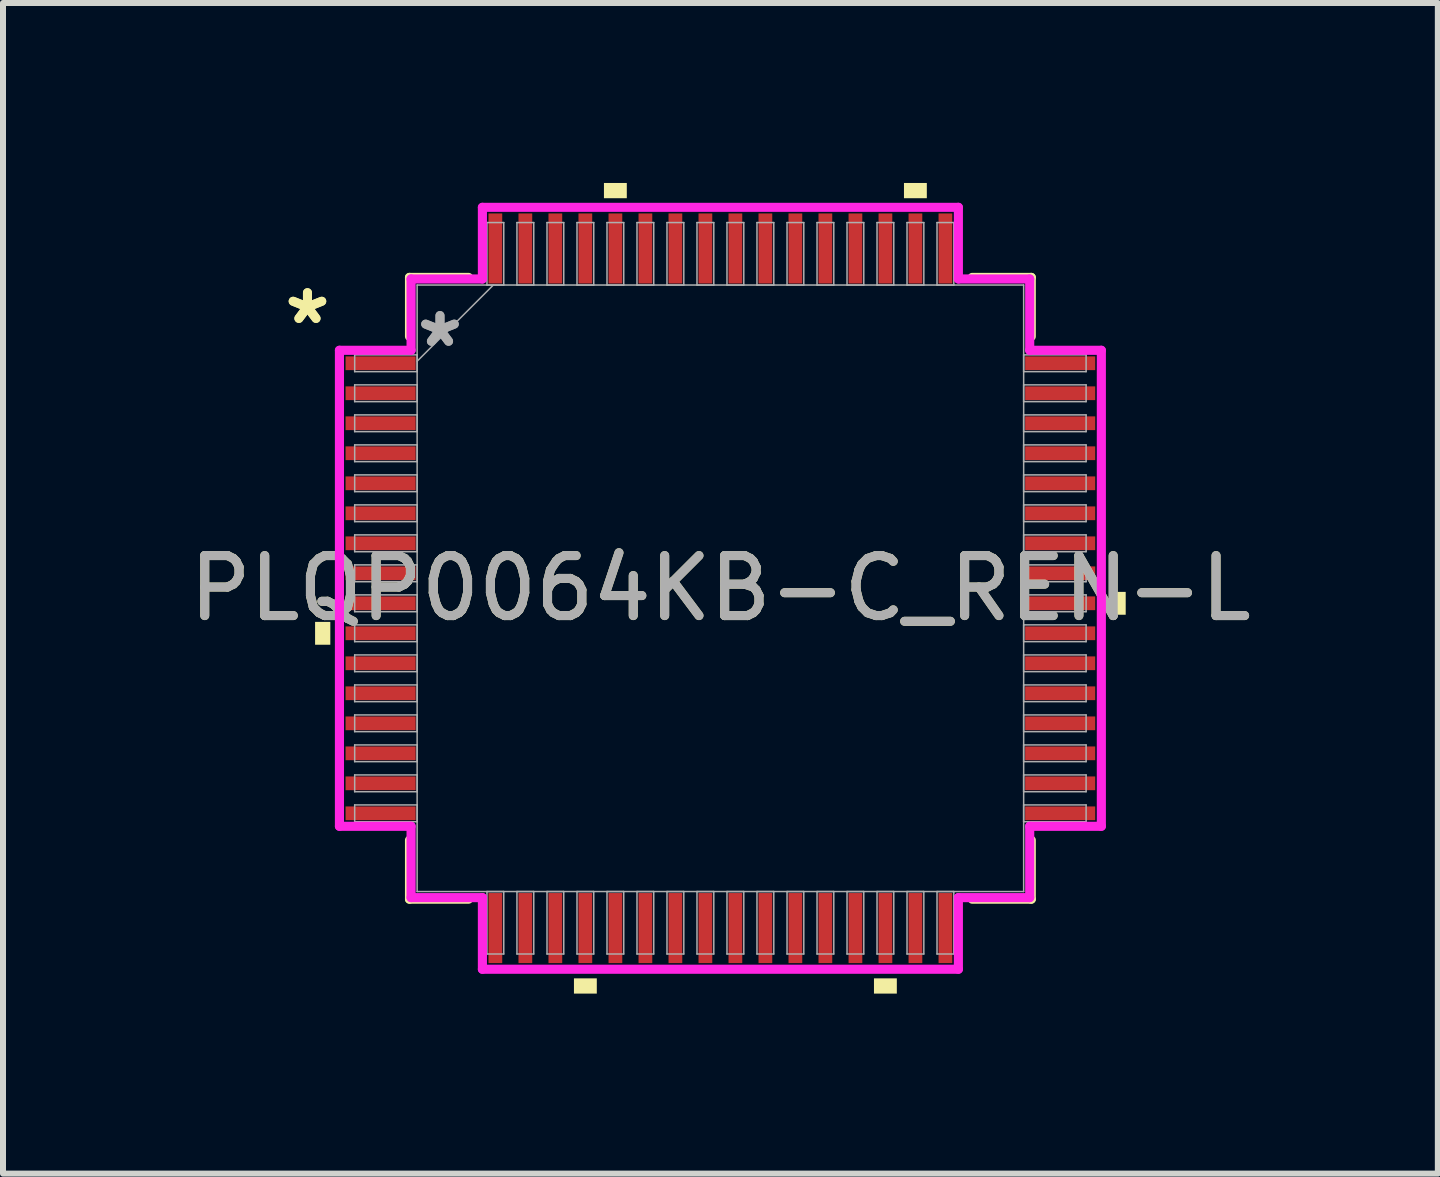
<source format=kicad_pcb>
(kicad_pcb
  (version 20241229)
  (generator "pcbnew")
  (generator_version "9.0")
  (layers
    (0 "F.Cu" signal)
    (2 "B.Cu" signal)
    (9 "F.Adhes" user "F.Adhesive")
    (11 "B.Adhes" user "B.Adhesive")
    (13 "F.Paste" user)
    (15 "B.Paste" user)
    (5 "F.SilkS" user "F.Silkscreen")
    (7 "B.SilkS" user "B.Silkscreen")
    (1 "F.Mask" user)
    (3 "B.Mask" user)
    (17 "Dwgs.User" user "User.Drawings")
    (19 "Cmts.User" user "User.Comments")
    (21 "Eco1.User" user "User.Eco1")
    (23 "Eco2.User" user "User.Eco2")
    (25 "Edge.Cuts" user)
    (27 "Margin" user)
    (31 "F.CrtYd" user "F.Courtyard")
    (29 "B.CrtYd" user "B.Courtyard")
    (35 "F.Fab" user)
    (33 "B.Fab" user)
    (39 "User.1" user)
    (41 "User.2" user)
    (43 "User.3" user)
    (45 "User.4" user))
  (footprint "PLQP0064KB-C_REN-L"
    (layer "F.Cu")
    (at 8.958 6.756)
    (property "Reference" "PLQP0064KB-C_REN-L" (at 0 0 0) (unlocked yes) (layer "F.SilkS") (effects (font (size 1 1) (thickness 0.15))))
    (attr smd)
    (fp_line (start -5.182 -5.182) (end -5.182 -4.198) (stroke (width 0.152) (type solid)) (layer "F.SilkS"))
    (fp_line (start -5.182 4.198) (end -5.182 5.182) (stroke (width 0.152) (type solid)) (layer "F.SilkS"))
    (fp_line (start -5.182 5.182) (end -4.198 5.182) (stroke (width 0.152) (type solid)) (layer "F.SilkS"))
    (fp_line (start -4.198 -5.182) (end -5.182 -5.182) (stroke (width 0.152) (type solid)) (layer "F.SilkS"))
    (fp_line (start 4.198 5.182) (end 5.182 5.182) (stroke (width 0.152) (type solid)) (layer "F.SilkS"))
    (fp_line (start 5.182 -5.182) (end 4.198 -5.182) (stroke (width 0.152) (type solid)) (layer "F.SilkS"))
    (fp_line (start 5.182 -4.198) (end 5.182 -5.182) (stroke (width 0.152) (type solid)) (layer "F.SilkS"))
    (fp_line (start 5.182 5.182) (end 5.182 4.198) (stroke (width 0.152) (type solid)) (layer "F.SilkS"))
    (fp_poly (pts (xy -6.756 0.56) (xy -6.756 0.941) (xy -6.502 0.941) (xy -6.502 0.56)) (stroke (width 0) (type solid)) (fill yes) (layer "F.SilkS"))
    (fp_poly (pts (xy -2.441 6.502) (xy -2.441 6.756) (xy -2.06 6.756) (xy -2.06 6.502)) (stroke (width 0) (type solid)) (fill yes) (layer "F.SilkS"))
    (fp_poly (pts (xy -1.941 -6.502) (xy -1.941 -6.756) (xy -1.56 -6.756) (xy -1.56 -6.502)) (stroke (width 0) (type solid)) (fill yes) (layer "F.SilkS"))
    (fp_poly (pts (xy 2.56 6.502) (xy 2.56 6.756) (xy 2.941 6.756) (xy 2.941 6.502)) (stroke (width 0) (type solid)) (fill yes) (layer "F.SilkS"))
    (fp_poly (pts (xy 3.06 -6.502) (xy 3.06 -6.756) (xy 3.441 -6.756) (xy 3.441 -6.502)) (stroke (width 0) (type solid)) (fill yes) (layer "F.SilkS"))
    (fp_poly (pts (xy 6.756 0.06) (xy 6.756 0.441) (xy 6.502 0.441) (xy 6.502 0.06)) (stroke (width 0) (type solid)) (fill yes) (layer "F.SilkS"))
    (fp_line (start -6.35 -3.967) (end -5.156 -3.967) (stroke (width 0.152) (type solid)) (layer "F.CrtYd"))
    (fp_line (start -6.35 3.967) (end -6.35 -3.967) (stroke (width 0.152) (type solid)) (layer "F.CrtYd"))
    (fp_line (start -5.156 -5.156) (end -3.967 -5.156) (stroke (width 0.152) (type solid)) (layer "F.CrtYd"))
    (fp_line (start -5.156 -3.967) (end -5.156 -5.156) (stroke (width 0.152) (type solid)) (layer "F.CrtYd"))
    (fp_line (start -5.156 3.967) (end -6.35 3.967) (stroke (width 0.152) (type solid)) (layer "F.CrtYd"))
    (fp_line (start -5.156 5.156) (end -5.156 3.967) (stroke (width 0.152) (type solid)) (layer "F.CrtYd"))
    (fp_line (start -5.156 5.156) (end -3.967 5.156) (stroke (width 0.152) (type solid)) (layer "F.CrtYd"))
    (fp_line (start -3.967 -6.35) (end 3.967 -6.35) (stroke (width 0.152) (type solid)) (layer "F.CrtYd"))
    (fp_line (start -3.967 -5.156) (end -3.967 -6.35) (stroke (width 0.152) (type solid)) (layer "F.CrtYd"))
    (fp_line (start -3.967 5.156) (end -3.967 6.35) (stroke (width 0.152) (type solid)) (layer "F.CrtYd"))
    (fp_line (start -3.967 6.35) (end 3.967 6.35) (stroke (width 0.152) (type solid)) (layer "F.CrtYd"))
    (fp_line (start 3.967 -6.35) (end 3.967 -5.156) (stroke (width 0.152) (type solid)) (layer "F.CrtYd"))
    (fp_line (start 3.967 -5.156) (end 5.156 -5.156) (stroke (width 0.152) (type solid)) (layer "F.CrtYd"))
    (fp_line (start 3.967 5.156) (end 5.156 5.156) (stroke (width 0.152) (type solid)) (layer "F.CrtYd"))
    (fp_line (start 3.967 6.35) (end 3.967 5.156) (stroke (width 0.152) (type solid)) (layer "F.CrtYd"))
    (fp_line (start 5.156 -3.967) (end 5.156 -5.156) (stroke (width 0.152) (type solid)) (layer "F.CrtYd"))
    (fp_line (start 5.156 3.967) (end 6.35 3.967) (stroke (width 0.152) (type solid)) (layer "F.CrtYd"))
    (fp_line (start 5.156 5.156) (end 5.156 3.967) (stroke (width 0.152) (type solid)) (layer "F.CrtYd"))
    (fp_line (start 6.35 -3.967) (end 5.156 -3.967) (stroke (width 0.152) (type solid)) (layer "F.CrtYd"))
    (fp_line (start 6.35 3.967) (end 6.35 -3.967) (stroke (width 0.152) (type solid)) (layer "F.CrtYd"))
    (fp_line (start -6.096 -3.891) (end -6.096 -3.611) (stroke (width 0.025) (type solid)) (layer "F.Fab"))
    (fp_line (start -6.096 -3.611) (end -5.055 -3.611) (stroke (width 0.025) (type solid)) (layer "F.Fab"))
    (fp_line (start -6.096 -3.391) (end -6.096 -3.111) (stroke (width 0.025) (type solid)) (layer "F.Fab"))
    (fp_line (start -6.096 -3.111) (end -5.055 -3.111) (stroke (width 0.025) (type solid)) (layer "F.Fab"))
    (fp_line (start -6.096 -2.89) (end -6.096 -2.611) (stroke (width 0.025) (type solid)) (layer "F.Fab"))
    (fp_line (start -6.096 -2.611) (end -5.055 -2.611) (stroke (width 0.025) (type solid)) (layer "F.Fab"))
    (fp_line (start -6.096 -2.39) (end -6.096 -2.111) (stroke (width 0.025) (type solid)) (layer "F.Fab"))
    (fp_line (start -6.096 -2.111) (end -5.055 -2.111) (stroke (width 0.025) (type solid)) (layer "F.Fab"))
    (fp_line (start -6.096 -1.89) (end -6.096 -1.611) (stroke (width 0.025) (type solid)) (layer "F.Fab"))
    (fp_line (start -6.096 -1.611) (end -5.055 -1.611) (stroke (width 0.025) (type solid)) (layer "F.Fab"))
    (fp_line (start -6.096 -1.39) (end -6.096 -1.111) (stroke (width 0.025) (type solid)) (layer "F.Fab"))
    (fp_line (start -6.096 -1.111) (end -5.055 -1.111) (stroke (width 0.025) (type solid)) (layer "F.Fab"))
    (fp_line (start -6.096 -0.89) (end -6.096 -0.61) (stroke (width 0.025) (type solid)) (layer "F.Fab"))
    (fp_line (start -6.096 -0.61) (end -5.055 -0.61) (stroke (width 0.025) (type solid)) (layer "F.Fab"))
    (fp_line (start -6.096 -0.39) (end -6.096 -0.11) (stroke (width 0.025) (type solid)) (layer "F.Fab"))
    (fp_line (start -6.096 -0.11) (end -5.055 -0.11) (stroke (width 0.025) (type solid)) (layer "F.Fab"))
    (fp_line (start -6.096 0.11) (end -6.096 0.39) (stroke (width 0.025) (type solid)) (layer "F.Fab"))
    (fp_line (start -6.096 0.39) (end -5.055 0.39) (stroke (width 0.025) (type solid)) (layer "F.Fab"))
    (fp_line (start -6.096 0.61) (end -6.096 0.89) (stroke (width 0.025) (type solid)) (layer "F.Fab"))
    (fp_line (start -6.096 0.89) (end -5.055 0.89) (stroke (width 0.025) (type solid)) (layer "F.Fab"))
    (fp_line (start -6.096 1.111) (end -6.096 1.39) (stroke (width 0.025) (type solid)) (layer "F.Fab"))
    (fp_line (start -6.096 1.39) (end -5.055 1.39) (stroke (width 0.025) (type solid)) (layer "F.Fab"))
    (fp_line (start -6.096 1.611) (end -6.096 1.89) (stroke (width 0.025) (type solid)) (layer "F.Fab"))
    (fp_line (start -6.096 1.89) (end -5.055 1.89) (stroke (width 0.025) (type solid)) (layer "F.Fab"))
    (fp_line (start -6.096 2.111) (end -6.096 2.39) (stroke (width 0.025) (type solid)) (layer "F.Fab"))
    (fp_line (start -6.096 2.39) (end -5.055 2.39) (stroke (width 0.025) (type solid)) (layer "F.Fab"))
    (fp_line (start -6.096 2.611) (end -6.096 2.89) (stroke (width 0.025) (type solid)) (layer "F.Fab"))
    (fp_line (start -6.096 2.89) (end -5.055 2.89) (stroke (width 0.025) (type solid)) (layer "F.Fab"))
    (fp_line (start -6.096 3.111) (end -6.096 3.391) (stroke (width 0.025) (type solid)) (layer "F.Fab"))
    (fp_line (start -6.096 3.391) (end -5.055 3.391) (stroke (width 0.025) (type solid)) (layer "F.Fab"))
    (fp_line (start -6.096 3.611) (end -6.096 3.891) (stroke (width 0.025) (type solid)) (layer "F.Fab"))
    (fp_line (start -6.096 3.891) (end -5.055 3.891) (stroke (width 0.025) (type solid)) (layer "F.Fab"))
    (fp_line (start -5.055 -5.055) (end -5.055 5.055) (stroke (width 0.025) (type solid)) (layer "F.Fab"))
    (fp_line (start -5.055 -3.891) (end -6.096 -3.891) (stroke (width 0.025) (type solid)) (layer "F.Fab"))
    (fp_line (start -5.055 -3.785) (end -3.785 -5.055) (stroke (width 0.025) (type solid)) (layer "F.Fab"))
    (fp_line (start -5.055 -3.611) (end -5.055 -3.891) (stroke (width 0.025) (type solid)) (layer "F.Fab"))
    (fp_line (start -5.055 -3.391) (end -6.096 -3.391) (stroke (width 0.025) (type solid)) (layer "F.Fab"))
    (fp_line (start -5.055 -3.111) (end -5.055 -3.391) (stroke (width 0.025) (type solid)) (layer "F.Fab"))
    (fp_line (start -5.055 -2.89) (end -6.096 -2.89) (stroke (width 0.025) (type solid)) (layer "F.Fab"))
    (fp_line (start -5.055 -2.611) (end -5.055 -2.89) (stroke (width 0.025) (type solid)) (layer "F.Fab"))
    (fp_line (start -5.055 -2.39) (end -6.096 -2.39) (stroke (width 0.025) (type solid)) (layer "F.Fab"))
    (fp_line (start -5.055 -2.111) (end -5.055 -2.39) (stroke (width 0.025) (type solid)) (layer "F.Fab"))
    (fp_line (start -5.055 -1.89) (end -6.096 -1.89) (stroke (width 0.025) (type solid)) (layer "F.Fab"))
    (fp_line (start -5.055 -1.611) (end -5.055 -1.89) (stroke (width 0.025) (type solid)) (layer "F.Fab"))
    (fp_line (start -5.055 -1.39) (end -6.096 -1.39) (stroke (width 0.025) (type solid)) (layer "F.Fab"))
    (fp_line (start -5.055 -1.111) (end -5.055 -1.39) (stroke (width 0.025) (type solid)) (layer "F.Fab"))
    (fp_line (start -5.055 -0.89) (end -6.096 -0.89) (stroke (width 0.025) (type solid)) (layer "F.Fab"))
    (fp_line (start -5.055 -0.61) (end -5.055 -0.89) (stroke (width 0.025) (type solid)) (layer "F.Fab"))
    (fp_line (start -5.055 -0.39) (end -6.096 -0.39) (stroke (width 0.025) (type solid)) (layer "F.Fab"))
    (fp_line (start -5.055 -0.11) (end -5.055 -0.39) (stroke (width 0.025) (type solid)) (layer "F.Fab"))
    (fp_line (start -5.055 0.11) (end -6.096 0.11) (stroke (width 0.025) (type solid)) (layer "F.Fab"))
    (fp_line (start -5.055 0.39) (end -5.055 0.11) (stroke (width 0.025) (type solid)) (layer "F.Fab"))
    (fp_line (start -5.055 0.61) (end -6.096 0.61) (stroke (width 0.025) (type solid)) (layer "F.Fab"))
    (fp_line (start -5.055 0.89) (end -5.055 0.61) (stroke (width 0.025) (type solid)) (layer "F.Fab"))
    (fp_line (start -5.055 1.111) (end -6.096 1.111) (stroke (width 0.025) (type solid)) (layer "F.Fab"))
    (fp_line (start -5.055 1.39) (end -5.055 1.111) (stroke (width 0.025) (type solid)) (layer "F.Fab"))
    (fp_line (start -5.055 1.611) (end -6.096 1.611) (stroke (width 0.025) (type solid)) (layer "F.Fab"))
    (fp_line (start -5.055 1.89) (end -5.055 1.611) (stroke (width 0.025) (type solid)) (layer "F.Fab"))
    (fp_line (start -5.055 2.111) (end -6.096 2.111) (stroke (width 0.025) (type solid)) (layer "F.Fab"))
    (fp_line (start -5.055 2.39) (end -5.055 2.111) (stroke (width 0.025) (type solid)) (layer "F.Fab"))
    (fp_line (start -5.055 2.611) (end -6.096 2.611) (stroke (width 0.025) (type solid)) (layer "F.Fab"))
    (fp_line (start -5.055 2.89) (end -5.055 2.611) (stroke (width 0.025) (type solid)) (layer "F.Fab"))
    (fp_line (start -5.055 3.111) (end -6.096 3.111) (stroke (width 0.025) (type solid)) (layer "F.Fab"))
    (fp_line (start -5.055 3.391) (end -5.055 3.111) (stroke (width 0.025) (type solid)) (layer "F.Fab"))
    (fp_line (start -5.055 3.611) (end -6.096 3.611) (stroke (width 0.025) (type solid)) (layer "F.Fab"))
    (fp_line (start -5.055 3.891) (end -5.055 3.611) (stroke (width 0.025) (type solid)) (layer "F.Fab"))
    (fp_line (start -5.055 5.055) (end 5.055 5.055) (stroke (width 0.025) (type solid)) (layer "F.Fab"))
    (fp_line (start -3.891 -6.096) (end -3.891 -5.055) (stroke (width 0.025) (type solid)) (layer "F.Fab"))
    (fp_line (start -3.891 -5.055) (end -3.611 -5.055) (stroke (width 0.025) (type solid)) (layer "F.Fab"))
    (fp_line (start -3.891 5.055) (end -3.891 6.096) (stroke (width 0.025) (type solid)) (layer "F.Fab"))
    (fp_line (start -3.891 6.096) (end -3.611 6.096) (stroke (width 0.025) (type solid)) (layer "F.Fab"))
    (fp_line (start -3.611 -6.096) (end -3.891 -6.096) (stroke (width 0.025) (type solid)) (layer "F.Fab"))
    (fp_line (start -3.611 -5.055) (end -3.611 -6.096) (stroke (width 0.025) (type solid)) (layer "F.Fab"))
    (fp_line (start -3.611 5.055) (end -3.891 5.055) (stroke (width 0.025) (type solid)) (layer "F.Fab"))
    (fp_line (start -3.611 6.096) (end -3.611 5.055) (stroke (width 0.025) (type solid)) (layer "F.Fab"))
    (fp_line (start -3.391 -6.096) (end -3.391 -5.055) (stroke (width 0.025) (type solid)) (layer "F.Fab"))
    (fp_line (start -3.391 -5.055) (end -3.111 -5.055) (stroke (width 0.025) (type solid)) (layer "F.Fab"))
    (fp_line (start -3.391 5.055) (end -3.391 6.096) (stroke (width 0.025) (type solid)) (layer "F.Fab"))
    (fp_line (start -3.391 6.096) (end -3.111 6.096) (stroke (width 0.025) (type solid)) (layer "F.Fab"))
    (fp_line (start -3.111 -6.096) (end -3.391 -6.096) (stroke (width 0.025) (type solid)) (layer "F.Fab"))
    (fp_line (start -3.111 -5.055) (end -3.111 -6.096) (stroke (width 0.025) (type solid)) (layer "F.Fab"))
    (fp_line (start -3.111 5.055) (end -3.391 5.055) (stroke (width 0.025) (type solid)) (layer "F.Fab"))
    (fp_line (start -3.111 6.096) (end -3.111 5.055) (stroke (width 0.025) (type solid)) (layer "F.Fab"))
    (fp_line (start -2.89 -6.096) (end -2.89 -5.055) (stroke (width 0.025) (type solid)) (layer "F.Fab"))
    (fp_line (start -2.89 -5.055) (end -2.611 -5.055) (stroke (width 0.025) (type solid)) (layer "F.Fab"))
    (fp_line (start -2.89 5.055) (end -2.89 6.096) (stroke (width 0.025) (type solid)) (layer "F.Fab"))
    (fp_line (start -2.89 6.096) (end -2.611 6.096) (stroke (width 0.025) (type solid)) (layer "F.Fab"))
    (fp_line (start -2.611 -6.096) (end -2.89 -6.096) (stroke (width 0.025) (type solid)) (layer "F.Fab"))
    (fp_line (start -2.611 -5.055) (end -2.611 -6.096) (stroke (width 0.025) (type solid)) (layer "F.Fab"))
    (fp_line (start -2.611 5.055) (end -2.89 5.055) (stroke (width 0.025) (type solid)) (layer "F.Fab"))
    (fp_line (start -2.611 6.096) (end -2.611 5.055) (stroke (width 0.025) (type solid)) (layer "F.Fab"))
    (fp_line (start -2.39 -6.096) (end -2.39 -5.055) (stroke (width 0.025) (type solid)) (layer "F.Fab"))
    (fp_line (start -2.39 -5.055) (end -2.111 -5.055) (stroke (width 0.025) (type solid)) (layer "F.Fab"))
    (fp_line (start -2.39 5.055) (end -2.39 6.096) (stroke (width 0.025) (type solid)) (layer "F.Fab"))
    (fp_line (start -2.39 6.096) (end -2.111 6.096) (stroke (width 0.025) (type solid)) (layer "F.Fab"))
    (fp_line (start -2.111 -6.096) (end -2.39 -6.096) (stroke (width 0.025) (type solid)) (layer "F.Fab"))
    (fp_line (start -2.111 -5.055) (end -2.111 -6.096) (stroke (width 0.025) (type solid)) (layer "F.Fab"))
    (fp_line (start -2.111 5.055) (end -2.39 5.055) (stroke (width 0.025) (type solid)) (layer "F.Fab"))
    (fp_line (start -2.111 6.096) (end -2.111 5.055) (stroke (width 0.025) (type solid)) (layer "F.Fab"))
    (fp_line (start -1.89 -6.096) (end -1.89 -5.055) (stroke (width 0.025) (type solid)) (layer "F.Fab"))
    (fp_line (start -1.89 -5.055) (end -1.611 -5.055) (stroke (width 0.025) (type solid)) (layer "F.Fab"))
    (fp_line (start -1.89 5.055) (end -1.89 6.096) (stroke (width 0.025) (type solid)) (layer "F.Fab"))
    (fp_line (start -1.89 6.096) (end -1.611 6.096) (stroke (width 0.025) (type solid)) (layer "F.Fab"))
    (fp_line (start -1.611 -6.096) (end -1.89 -6.096) (stroke (width 0.025) (type solid)) (layer "F.Fab"))
    (fp_line (start -1.611 -5.055) (end -1.611 -6.096) (stroke (width 0.025) (type solid)) (layer "F.Fab"))
    (fp_line (start -1.611 5.055) (end -1.89 5.055) (stroke (width 0.025) (type solid)) (layer "F.Fab"))
    (fp_line (start -1.611 6.096) (end -1.611 5.055) (stroke (width 0.025) (type solid)) (layer "F.Fab"))
    (fp_line (start -1.39 -6.096) (end -1.39 -5.055) (stroke (width 0.025) (type solid)) (layer "F.Fab"))
    (fp_line (start -1.39 -5.055) (end -1.111 -5.055) (stroke (width 0.025) (type solid)) (layer "F.Fab"))
    (fp_line (start -1.39 5.055) (end -1.39 6.096) (stroke (width 0.025) (type solid)) (layer "F.Fab"))
    (fp_line (start -1.39 6.096) (end -1.111 6.096) (stroke (width 0.025) (type solid)) (layer "F.Fab"))
    (fp_line (start -1.111 -6.096) (end -1.39 -6.096) (stroke (width 0.025) (type solid)) (layer "F.Fab"))
    (fp_line (start -1.111 -5.055) (end -1.111 -6.096) (stroke (width 0.025) (type solid)) (layer "F.Fab"))
    (fp_line (start -1.111 5.055) (end -1.39 5.055) (stroke (width 0.025) (type solid)) (layer "F.Fab"))
    (fp_line (start -1.111 6.096) (end -1.111 5.055) (stroke (width 0.025) (type solid)) (layer "F.Fab"))
    (fp_line (start -0.89 -6.096) (end -0.89 -5.055) (stroke (width 0.025) (type solid)) (layer "F.Fab"))
    (fp_line (start -0.89 -5.055) (end -0.61 -5.055) (stroke (width 0.025) (type solid)) (layer "F.Fab"))
    (fp_line (start -0.89 5.055) (end -0.89 6.096) (stroke (width 0.025) (type solid)) (layer "F.Fab"))
    (fp_line (start -0.89 6.096) (end -0.61 6.096) (stroke (width 0.025) (type solid)) (layer "F.Fab"))
    (fp_line (start -0.61 -6.096) (end -0.89 -6.096) (stroke (width 0.025) (type solid)) (layer "F.Fab"))
    (fp_line (start -0.61 -5.055) (end -0.61 -6.096) (stroke (width 0.025) (type solid)) (layer "F.Fab"))
    (fp_line (start -0.61 5.055) (end -0.89 5.055) (stroke (width 0.025) (type solid)) (layer "F.Fab"))
    (fp_line (start -0.61 6.096) (end -0.61 5.055) (stroke (width 0.025) (type solid)) (layer "F.Fab"))
    (fp_line (start -0.39 -6.096) (end -0.39 -5.055) (stroke (width 0.025) (type solid)) (layer "F.Fab"))
    (fp_line (start -0.39 -5.055) (end -0.11 -5.055) (stroke (width 0.025) (type solid)) (layer "F.Fab"))
    (fp_line (start -0.39 5.055) (end -0.39 6.096) (stroke (width 0.025) (type solid)) (layer "F.Fab"))
    (fp_line (start -0.39 6.096) (end -0.11 6.096) (stroke (width 0.025) (type solid)) (layer "F.Fab"))
    (fp_line (start -0.11 -6.096) (end -0.39 -6.096) (stroke (width 0.025) (type solid)) (layer "F.Fab"))
    (fp_line (start -0.11 -5.055) (end -0.11 -6.096) (stroke (width 0.025) (type solid)) (layer "F.Fab"))
    (fp_line (start -0.11 5.055) (end -0.39 5.055) (stroke (width 0.025) (type solid)) (layer "F.Fab"))
    (fp_line (start -0.11 6.096) (end -0.11 5.055) (stroke (width 0.025) (type solid)) (layer "F.Fab"))
    (fp_line (start 0.11 -6.096) (end 0.11 -5.055) (stroke (width 0.025) (type solid)) (layer "F.Fab"))
    (fp_line (start 0.11 -5.055) (end 0.39 -5.055) (stroke (width 0.025) (type solid)) (layer "F.Fab"))
    (fp_line (start 0.11 5.055) (end 0.11 6.096) (stroke (width 0.025) (type solid)) (layer "F.Fab"))
    (fp_line (start 0.11 6.096) (end 0.39 6.096) (stroke (width 0.025) (type solid)) (layer "F.Fab"))
    (fp_line (start 0.39 -6.096) (end 0.11 -6.096) (stroke (width 0.025) (type solid)) (layer "F.Fab"))
    (fp_line (start 0.39 -5.055) (end 0.39 -6.096) (stroke (width 0.025) (type solid)) (layer "F.Fab"))
    (fp_line (start 0.39 5.055) (end 0.11 5.055) (stroke (width 0.025) (type solid)) (layer "F.Fab"))
    (fp_line (start 0.39 6.096) (end 0.39 5.055) (stroke (width 0.025) (type solid)) (layer "F.Fab"))
    (fp_line (start 0.61 -6.096) (end 0.61 -5.055) (stroke (width 0.025) (type solid)) (layer "F.Fab"))
    (fp_line (start 0.61 -5.055) (end 0.89 -5.055) (stroke (width 0.025) (type solid)) (layer "F.Fab"))
    (fp_line (start 0.61 5.055) (end 0.61 6.096) (stroke (width 0.025) (type solid)) (layer "F.Fab"))
    (fp_line (start 0.61 6.096) (end 0.89 6.096) (stroke (width 0.025) (type solid)) (layer "F.Fab"))
    (fp_line (start 0.89 -6.096) (end 0.61 -6.096) (stroke (width 0.025) (type solid)) (layer "F.Fab"))
    (fp_line (start 0.89 -5.055) (end 0.89 -6.096) (stroke (width 0.025) (type solid)) (layer "F.Fab"))
    (fp_line (start 0.89 5.055) (end 0.61 5.055) (stroke (width 0.025) (type solid)) (layer "F.Fab"))
    (fp_line (start 0.89 6.096) (end 0.89 5.055) (stroke (width 0.025) (type solid)) (layer "F.Fab"))
    (fp_line (start 1.111 -6.096) (end 1.111 -5.055) (stroke (width 0.025) (type solid)) (layer "F.Fab"))
    (fp_line (start 1.111 -5.055) (end 1.39 -5.055) (stroke (width 0.025) (type solid)) (layer "F.Fab"))
    (fp_line (start 1.111 5.055) (end 1.111 6.096) (stroke (width 0.025) (type solid)) (layer "F.Fab"))
    (fp_line (start 1.111 6.096) (end 1.39 6.096) (stroke (width 0.025) (type solid)) (layer "F.Fab"))
    (fp_line (start 1.39 -6.096) (end 1.111 -6.096) (stroke (width 0.025) (type solid)) (layer "F.Fab"))
    (fp_line (start 1.39 -5.055) (end 1.39 -6.096) (stroke (width 0.025) (type solid)) (layer "F.Fab"))
    (fp_line (start 1.39 5.055) (end 1.111 5.055) (stroke (width 0.025) (type solid)) (layer "F.Fab"))
    (fp_line (start 1.39 6.096) (end 1.39 5.055) (stroke (width 0.025) (type solid)) (layer "F.Fab"))
    (fp_line (start 1.611 -6.096) (end 1.611 -5.055) (stroke (width 0.025) (type solid)) (layer "F.Fab"))
    (fp_line (start 1.611 -5.055) (end 1.89 -5.055) (stroke (width 0.025) (type solid)) (layer "F.Fab"))
    (fp_line (start 1.611 5.055) (end 1.611 6.096) (stroke (width 0.025) (type solid)) (layer "F.Fab"))
    (fp_line (start 1.611 6.096) (end 1.89 6.096) (stroke (width 0.025) (type solid)) (layer "F.Fab"))
    (fp_line (start 1.89 -6.096) (end 1.611 -6.096) (stroke (width 0.025) (type solid)) (layer "F.Fab"))
    (fp_line (start 1.89 -5.055) (end 1.89 -6.096) (stroke (width 0.025) (type solid)) (layer "F.Fab"))
    (fp_line (start 1.89 5.055) (end 1.611 5.055) (stroke (width 0.025) (type solid)) (layer "F.Fab"))
    (fp_line (start 1.89 6.096) (end 1.89 5.055) (stroke (width 0.025) (type solid)) (layer "F.Fab"))
    (fp_line (start 2.111 -6.096) (end 2.111 -5.055) (stroke (width 0.025) (type solid)) (layer "F.Fab"))
    (fp_line (start 2.111 -5.055) (end 2.39 -5.055) (stroke (width 0.025) (type solid)) (layer "F.Fab"))
    (fp_line (start 2.111 5.055) (end 2.111 6.096) (stroke (width 0.025) (type solid)) (layer "F.Fab"))
    (fp_line (start 2.111 6.096) (end 2.39 6.096) (stroke (width 0.025) (type solid)) (layer "F.Fab"))
    (fp_line (start 2.39 -6.096) (end 2.111 -6.096) (stroke (width 0.025) (type solid)) (layer "F.Fab"))
    (fp_line (start 2.39 -5.055) (end 2.39 -6.096) (stroke (width 0.025) (type solid)) (layer "F.Fab"))
    (fp_line (start 2.39 5.055) (end 2.111 5.055) (stroke (width 0.025) (type solid)) (layer "F.Fab"))
    (fp_line (start 2.39 6.096) (end 2.39 5.055) (stroke (width 0.025) (type solid)) (layer "F.Fab"))
    (fp_line (start 2.611 -6.096) (end 2.611 -5.055) (stroke (width 0.025) (type solid)) (layer "F.Fab"))
    (fp_line (start 2.611 -5.055) (end 2.89 -5.055) (stroke (width 0.025) (type solid)) (layer "F.Fab"))
    (fp_line (start 2.611 5.055) (end 2.611 6.096) (stroke (width 0.025) (type solid)) (layer "F.Fab"))
    (fp_line (start 2.611 6.096) (end 2.89 6.096) (stroke (width 0.025) (type solid)) (layer "F.Fab"))
    (fp_line (start 2.89 -6.096) (end 2.611 -6.096) (stroke (width 0.025) (type solid)) (layer "F.Fab"))
    (fp_line (start 2.89 -5.055) (end 2.89 -6.096) (stroke (width 0.025) (type solid)) (layer "F.Fab"))
    (fp_line (start 2.89 5.055) (end 2.611 5.055) (stroke (width 0.025) (type solid)) (layer "F.Fab"))
    (fp_line (start 2.89 6.096) (end 2.89 5.055) (stroke (width 0.025) (type solid)) (layer "F.Fab"))
    (fp_line (start 3.111 -6.096) (end 3.111 -5.055) (stroke (width 0.025) (type solid)) (layer "F.Fab"))
    (fp_line (start 3.111 -5.055) (end 3.391 -5.055) (stroke (width 0.025) (type solid)) (layer "F.Fab"))
    (fp_line (start 3.111 5.055) (end 3.111 6.096) (stroke (width 0.025) (type solid)) (layer "F.Fab"))
    (fp_line (start 3.111 6.096) (end 3.391 6.096) (stroke (width 0.025) (type solid)) (layer "F.Fab"))
    (fp_line (start 3.391 -6.096) (end 3.111 -6.096) (stroke (width 0.025) (type solid)) (layer "F.Fab"))
    (fp_line (start 3.391 -5.055) (end 3.391 -6.096) (stroke (width 0.025) (type solid)) (layer "F.Fab"))
    (fp_line (start 3.391 5.055) (end 3.111 5.055) (stroke (width 0.025) (type solid)) (layer "F.Fab"))
    (fp_line (start 3.391 6.096) (end 3.391 5.055) (stroke (width 0.025) (type solid)) (layer "F.Fab"))
    (fp_line (start 3.611 -6.096) (end 3.611 -5.055) (stroke (width 0.025) (type solid)) (layer "F.Fab"))
    (fp_line (start 3.611 -5.055) (end 3.891 -5.055) (stroke (width 0.025) (type solid)) (layer "F.Fab"))
    (fp_line (start 3.611 5.055) (end 3.611 6.096) (stroke (width 0.025) (type solid)) (layer "F.Fab"))
    (fp_line (start 3.611 6.096) (end 3.891 6.096) (stroke (width 0.025) (type solid)) (layer "F.Fab"))
    (fp_line (start 3.891 -6.096) (end 3.611 -6.096) (stroke (width 0.025) (type solid)) (layer "F.Fab"))
    (fp_line (start 3.891 -5.055) (end 3.891 -6.096) (stroke (width 0.025) (type solid)) (layer "F.Fab"))
    (fp_line (start 3.891 5.055) (end 3.611 5.055) (stroke (width 0.025) (type solid)) (layer "F.Fab"))
    (fp_line (start 3.891 6.096) (end 3.891 5.055) (stroke (width 0.025) (type solid)) (layer "F.Fab"))
    (fp_line (start 5.055 -5.055) (end -5.055 -5.055) (stroke (width 0.025) (type solid)) (layer "F.Fab"))
    (fp_line (start 5.055 -3.891) (end 5.055 -3.611) (stroke (width 0.025) (type solid)) (layer "F.Fab"))
    (fp_line (start 5.055 -3.611) (end 6.096 -3.611) (stroke (width 0.025) (type solid)) (layer "F.Fab"))
    (fp_line (start 5.055 -3.391) (end 5.055 -3.111) (stroke (width 0.025) (type solid)) (layer "F.Fab"))
    (fp_line (start 5.055 -3.111) (end 6.096 -3.111) (stroke (width 0.025) (type solid)) (layer "F.Fab"))
    (fp_line (start 5.055 -2.89) (end 5.055 -2.611) (stroke (width 0.025) (type solid)) (layer "F.Fab"))
    (fp_line (start 5.055 -2.611) (end 6.096 -2.611) (stroke (width 0.025) (type solid)) (layer "F.Fab"))
    (fp_line (start 5.055 -2.39) (end 5.055 -2.111) (stroke (width 0.025) (type solid)) (layer "F.Fab"))
    (fp_line (start 5.055 -2.111) (end 6.096 -2.111) (stroke (width 0.025) (type solid)) (layer "F.Fab"))
    (fp_line (start 5.055 -1.89) (end 5.055 -1.611) (stroke (width 0.025) (type solid)) (layer "F.Fab"))
    (fp_line (start 5.055 -1.611) (end 6.096 -1.611) (stroke (width 0.025) (type solid)) (layer "F.Fab"))
    (fp_line (start 5.055 -1.39) (end 5.055 -1.111) (stroke (width 0.025) (type solid)) (layer "F.Fab"))
    (fp_line (start 5.055 -1.111) (end 6.096 -1.111) (stroke (width 0.025) (type solid)) (layer "F.Fab"))
    (fp_line (start 5.055 -0.89) (end 5.055 -0.61) (stroke (width 0.025) (type solid)) (layer "F.Fab"))
    (fp_line (start 5.055 -0.61) (end 6.096 -0.61) (stroke (width 0.025) (type solid)) (layer "F.Fab"))
    (fp_line (start 5.055 -0.39) (end 5.055 -0.11) (stroke (width 0.025) (type solid)) (layer "F.Fab"))
    (fp_line (start 5.055 -0.11) (end 6.096 -0.11) (stroke (width 0.025) (type solid)) (layer "F.Fab"))
    (fp_line (start 5.055 0.11) (end 5.055 0.39) (stroke (width 0.025) (type solid)) (layer "F.Fab"))
    (fp_line (start 5.055 0.39) (end 6.096 0.39) (stroke (width 0.025) (type solid)) (layer "F.Fab"))
    (fp_line (start 5.055 0.61) (end 5.055 0.89) (stroke (width 0.025) (type solid)) (layer "F.Fab"))
    (fp_line (start 5.055 0.89) (end 6.096 0.89) (stroke (width 0.025) (type solid)) (layer "F.Fab"))
    (fp_line (start 5.055 1.111) (end 5.055 1.39) (stroke (width 0.025) (type solid)) (layer "F.Fab"))
    (fp_line (start 5.055 1.39) (end 6.096 1.39) (stroke (width 0.025) (type solid)) (layer "F.Fab"))
    (fp_line (start 5.055 1.611) (end 5.055 1.89) (stroke (width 0.025) (type solid)) (layer "F.Fab"))
    (fp_line (start 5.055 1.89) (end 6.096 1.89) (stroke (width 0.025) (type solid)) (layer "F.Fab"))
    (fp_line (start 5.055 2.111) (end 5.055 2.39) (stroke (width 0.025) (type solid)) (layer "F.Fab"))
    (fp_line (start 5.055 2.39) (end 6.096 2.39) (stroke (width 0.025) (type solid)) (layer "F.Fab"))
    (fp_line (start 5.055 2.611) (end 5.055 2.89) (stroke (width 0.025) (type solid)) (layer "F.Fab"))
    (fp_line (start 5.055 2.89) (end 6.096 2.89) (stroke (width 0.025) (type solid)) (layer "F.Fab"))
    (fp_line (start 5.055 3.111) (end 5.055 3.391) (stroke (width 0.025) (type solid)) (layer "F.Fab"))
    (fp_line (start 5.055 3.391) (end 6.096 3.391) (stroke (width 0.025) (type solid)) (layer "F.Fab"))
    (fp_line (start 5.055 3.611) (end 5.055 3.891) (stroke (width 0.025) (type solid)) (layer "F.Fab"))
    (fp_line (start 5.055 3.891) (end 6.096 3.891) (stroke (width 0.025) (type solid)) (layer "F.Fab"))
    (fp_line (start 5.055 5.055) (end 5.055 -5.055) (stroke (width 0.025) (type solid)) (layer "F.Fab"))
    (fp_line (start 6.096 -3.891) (end 5.055 -3.891) (stroke (width 0.025) (type solid)) (layer "F.Fab"))
    (fp_line (start 6.096 -3.611) (end 6.096 -3.891) (stroke (width 0.025) (type solid)) (layer "F.Fab"))
    (fp_line (start 6.096 -3.391) (end 5.055 -3.391) (stroke (width 0.025) (type solid)) (layer "F.Fab"))
    (fp_line (start 6.096 -3.111) (end 6.096 -3.391) (stroke (width 0.025) (type solid)) (layer "F.Fab"))
    (fp_line (start 6.096 -2.89) (end 5.055 -2.89) (stroke (width 0.025) (type solid)) (layer "F.Fab"))
    (fp_line (start 6.096 -2.611) (end 6.096 -2.89) (stroke (width 0.025) (type solid)) (layer "F.Fab"))
    (fp_line (start 6.096 -2.39) (end 5.055 -2.39) (stroke (width 0.025) (type solid)) (layer "F.Fab"))
    (fp_line (start 6.096 -2.111) (end 6.096 -2.39) (stroke (width 0.025) (type solid)) (layer "F.Fab"))
    (fp_line (start 6.096 -1.89) (end 5.055 -1.89) (stroke (width 0.025) (type solid)) (layer "F.Fab"))
    (fp_line (start 6.096 -1.611) (end 6.096 -1.89) (stroke (width 0.025) (type solid)) (layer "F.Fab"))
    (fp_line (start 6.096 -1.39) (end 5.055 -1.39) (stroke (width 0.025) (type solid)) (layer "F.Fab"))
    (fp_line (start 6.096 -1.111) (end 6.096 -1.39) (stroke (width 0.025) (type solid)) (layer "F.Fab"))
    (fp_line (start 6.096 -0.89) (end 5.055 -0.89) (stroke (width 0.025) (type solid)) (layer "F.Fab"))
    (fp_line (start 6.096 -0.61) (end 6.096 -0.89) (stroke (width 0.025) (type solid)) (layer "F.Fab"))
    (fp_line (start 6.096 -0.39) (end 5.055 -0.39) (stroke (width 0.025) (type solid)) (layer "F.Fab"))
    (fp_line (start 6.096 -0.11) (end 6.096 -0.39) (stroke (width 0.025) (type solid)) (layer "F.Fab"))
    (fp_line (start 6.096 0.11) (end 5.055 0.11) (stroke (width 0.025) (type solid)) (layer "F.Fab"))
    (fp_line (start 6.096 0.39) (end 6.096 0.11) (stroke (width 0.025) (type solid)) (layer "F.Fab"))
    (fp_line (start 6.096 0.61) (end 5.055 0.61) (stroke (width 0.025) (type solid)) (layer "F.Fab"))
    (fp_line (start 6.096 0.89) (end 6.096 0.61) (stroke (width 0.025) (type solid)) (layer "F.Fab"))
    (fp_line (start 6.096 1.111) (end 5.055 1.111) (stroke (width 0.025) (type solid)) (layer "F.Fab"))
    (fp_line (start 6.096 1.39) (end 6.096 1.111) (stroke (width 0.025) (type solid)) (layer "F.Fab"))
    (fp_line (start 6.096 1.611) (end 5.055 1.611) (stroke (width 0.025) (type solid)) (layer "F.Fab"))
    (fp_line (start 6.096 1.89) (end 6.096 1.611) (stroke (width 0.025) (type solid)) (layer "F.Fab"))
    (fp_line (start 6.096 2.111) (end 5.055 2.111) (stroke (width 0.025) (type solid)) (layer "F.Fab"))
    (fp_line (start 6.096 2.39) (end 6.096 2.111) (stroke (width 0.025) (type solid)) (layer "F.Fab"))
    (fp_line (start 6.096 2.611) (end 5.055 2.611) (stroke (width 0.025) (type solid)) (layer "F.Fab"))
    (fp_line (start 6.096 2.89) (end 6.096 2.611) (stroke (width 0.025) (type solid)) (layer "F.Fab"))
    (fp_line (start 6.096 3.111) (end 5.055 3.111) (stroke (width 0.025) (type solid)) (layer "F.Fab"))
    (fp_line (start 6.096 3.391) (end 6.096 3.111) (stroke (width 0.025) (type solid)) (layer "F.Fab"))
    (fp_line (start 6.096 3.611) (end 5.055 3.611) (stroke (width 0.025) (type solid)) (layer "F.Fab"))
    (fp_line (start 6.096 3.891) (end 6.096 3.611) (stroke (width 0.025) (type solid)) (layer "F.Fab"))
    (fp_text user "*" (at -6.883 -4.382 0) (unlocked yes) (layer "F.SilkS") (effects (font (size 1 1) (thickness 0.15))))
    (fp_text user "*" (at -6.883 -4.382 0) (layer "F.SilkS") (effects (font (size 1 1) (thickness 0.15))))
    (fp_text user "${REFERENCE}" (at 0 0 0) (unlocked yes) (layer "F.Fab") (effects (font (size 1 1) (thickness 0.15))))
    (fp_text user "*" (at -4.674 -4.001 0) (layer "F.Fab") (effects (font (size 1 1) (thickness 0.15))))
    (fp_text user "*" (at -4.674 -4.001 0) (unlocked yes) (layer "F.Fab") (effects (font (size 1 1) (thickness 0.15))))
    (pad "1" smd rect (at -5.664 -3.751 90) (size 0.229 1.168) (layers "F.Cu" "F.Mask" "F.Paste"))
    (pad "2" smd rect (at -5.664 -3.251 90) (size 0.229 1.168) (layers "F.Cu" "F.Mask" "F.Paste"))
    (pad "3" smd rect (at -5.664 -2.751 90) (size 0.229 1.168) (layers "F.Cu" "F.Mask" "F.Paste"))
    (pad "4" smd rect (at -5.664 -2.251 90) (size 0.229 1.168) (layers "F.Cu" "F.Mask" "F.Paste"))
    (pad "5" smd rect (at -5.664 -1.75 90) (size 0.229 1.168) (layers "F.Cu" "F.Mask" "F.Paste"))
    (pad "6" smd rect (at -5.664 -1.25 90) (size 0.229 1.168) (layers "F.Cu" "F.Mask" "F.Paste"))
    (pad "7" smd rect (at -5.664 -0.75 90) (size 0.229 1.168) (layers "F.Cu" "F.Mask" "F.Paste"))
    (pad "8" smd rect (at -5.664 -0.25 90) (size 0.229 1.168) (layers "F.Cu" "F.Mask" "F.Paste"))
    (pad "9" smd rect (at -5.664 0.25 90) (size 0.229 1.168) (layers "F.Cu" "F.Mask" "F.Paste"))
    (pad "10" smd rect (at -5.664 0.75 90) (size 0.229 1.168) (layers "F.Cu" "F.Mask" "F.Paste"))
    (pad "11" smd rect (at -5.664 1.25 90) (size 0.229 1.168) (layers "F.Cu" "F.Mask" "F.Paste"))
    (pad "12" smd rect (at -5.664 1.75 90) (size 0.229 1.168) (layers "F.Cu" "F.Mask" "F.Paste"))
    (pad "13" smd rect (at -5.664 2.251 90) (size 0.229 1.168) (layers "F.Cu" "F.Mask" "F.Paste"))
    (pad "14" smd rect (at -5.664 2.751 90) (size 0.229 1.168) (layers "F.Cu" "F.Mask" "F.Paste"))
    (pad "15" smd rect (at -5.664 3.251 90) (size 0.229 1.168) (layers "F.Cu" "F.Mask" "F.Paste"))
    (pad "16" smd rect (at -5.664 3.751 90) (size 0.229 1.168) (layers "F.Cu" "F.Mask" "F.Paste"))
    (pad "17" smd rect (at -3.751 5.664) (size 0.229 1.168) (layers "F.Cu" "F.Mask" "F.Paste"))
    (pad "18" smd rect (at -3.251 5.664) (size 0.229 1.168) (layers "F.Cu" "F.Mask" "F.Paste"))
    (pad "19" smd rect (at -2.751 5.664) (size 0.229 1.168) (layers "F.Cu" "F.Mask" "F.Paste"))
    (pad "20" smd rect (at -2.251 5.664) (size 0.229 1.168) (layers "F.Cu" "F.Mask" "F.Paste"))
    (pad "21" smd rect (at -1.75 5.664) (size 0.229 1.168) (layers "F.Cu" "F.Mask" "F.Paste"))
    (pad "22" smd rect (at -1.25 5.664) (size 0.229 1.168) (layers "F.Cu" "F.Mask" "F.Paste"))
    (pad "23" smd rect (at -0.75 5.664) (size 0.229 1.168) (layers "F.Cu" "F.Mask" "F.Paste"))
    (pad "24" smd rect (at -0.25 5.664) (size 0.229 1.168) (layers "F.Cu" "F.Mask" "F.Paste"))
    (pad "25" smd rect (at 0.25 5.664) (size 0.229 1.168) (layers "F.Cu" "F.Mask" "F.Paste"))
    (pad "26" smd rect (at 0.75 5.664) (size 0.229 1.168) (layers "F.Cu" "F.Mask" "F.Paste"))
    (pad "27" smd rect (at 1.25 5.664) (size 0.229 1.168) (layers "F.Cu" "F.Mask" "F.Paste"))
    (pad "28" smd rect (at 1.75 5.664) (size 0.229 1.168) (layers "F.Cu" "F.Mask" "F.Paste"))
    (pad "29" smd rect (at 2.251 5.664) (size 0.229 1.168) (layers "F.Cu" "F.Mask" "F.Paste"))
    (pad "30" smd rect (at 2.751 5.664) (size 0.229 1.168) (layers "F.Cu" "F.Mask" "F.Paste"))
    (pad "31" smd rect (at 3.251 5.664) (size 0.229 1.168) (layers "F.Cu" "F.Mask" "F.Paste"))
    (pad "32" smd rect (at 3.751 5.664) (size 0.229 1.168) (layers "F.Cu" "F.Mask" "F.Paste"))
    (pad "33" smd rect (at 5.664 3.751 90) (size 0.229 1.168) (layers "F.Cu" "F.Mask" "F.Paste"))
    (pad "34" smd rect (at 5.664 3.251 90) (size 0.229 1.168) (layers "F.Cu" "F.Mask" "F.Paste"))
    (pad "35" smd rect (at 5.664 2.751 90) (size 0.229 1.168) (layers "F.Cu" "F.Mask" "F.Paste"))
    (pad "36" smd rect (at 5.664 2.251 90) (size 0.229 1.168) (layers "F.Cu" "F.Mask" "F.Paste"))
    (pad "37" smd rect (at 5.664 1.75 90) (size 0.229 1.168) (layers "F.Cu" "F.Mask" "F.Paste"))
    (pad "38" smd rect (at 5.664 1.25 90) (size 0.229 1.168) (layers "F.Cu" "F.Mask" "F.Paste"))
    (pad "39" smd rect (at 5.664 0.75 90) (size 0.229 1.168) (layers "F.Cu" "F.Mask" "F.Paste"))
    (pad "40" smd rect (at 5.664 0.25 90) (size 0.229 1.168) (layers "F.Cu" "F.Mask" "F.Paste"))
    (pad "41" smd rect (at 5.664 -0.25 90) (size 0.229 1.168) (layers "F.Cu" "F.Mask" "F.Paste"))
    (pad "42" smd rect (at 5.664 -0.75 90) (size 0.229 1.168) (layers "F.Cu" "F.Mask" "F.Paste"))
    (pad "43" smd rect (at 5.664 -1.25 90) (size 0.229 1.168) (layers "F.Cu" "F.Mask" "F.Paste"))
    (pad "44" smd rect (at 5.664 -1.75 90) (size 0.229 1.168) (layers "F.Cu" "F.Mask" "F.Paste"))
    (pad "45" smd rect (at 5.664 -2.251 90) (size 0.229 1.168) (layers "F.Cu" "F.Mask" "F.Paste"))
    (pad "46" smd rect (at 5.664 -2.751 90) (size 0.229 1.168) (layers "F.Cu" "F.Mask" "F.Paste"))
    (pad "47" smd rect (at 5.664 -3.251 90) (size 0.229 1.168) (layers "F.Cu" "F.Mask" "F.Paste"))
    (pad "48" smd rect (at 5.664 -3.751 90) (size 0.229 1.168) (layers "F.Cu" "F.Mask" "F.Paste"))
    (pad "49" smd rect (at 3.751 -5.664) (size 0.229 1.168) (layers "F.Cu" "F.Mask" "F.Paste"))
    (pad "50" smd rect (at 3.251 -5.664) (size 0.229 1.168) (layers "F.Cu" "F.Mask" "F.Paste"))
    (pad "51" smd rect (at 2.751 -5.664) (size 0.229 1.168) (layers "F.Cu" "F.Mask" "F.Paste"))
    (pad "52" smd rect (at 2.251 -5.664) (size 0.229 1.168) (layers "F.Cu" "F.Mask" "F.Paste"))
    (pad "53" smd rect (at 1.75 -5.664) (size 0.229 1.168) (layers "F.Cu" "F.Mask" "F.Paste"))
    (pad "54" smd rect (at 1.25 -5.664) (size 0.229 1.168) (layers "F.Cu" "F.Mask" "F.Paste"))
    (pad "55" smd rect (at 0.75 -5.664) (size 0.229 1.168) (layers "F.Cu" "F.Mask" "F.Paste"))
    (pad "56" smd rect (at 0.25 -5.664) (size 0.229 1.168) (layers "F.Cu" "F.Mask" "F.Paste"))
    (pad "57" smd rect (at -0.25 -5.664) (size 0.229 1.168) (layers "F.Cu" "F.Mask" "F.Paste"))
    (pad "58" smd rect (at -0.75 -5.664) (size 0.229 1.168) (layers "F.Cu" "F.Mask" "F.Paste"))
    (pad "59" smd rect (at -1.25 -5.664) (size 0.229 1.168) (layers "F.Cu" "F.Mask" "F.Paste"))
    (pad "60" smd rect (at -1.75 -5.664) (size 0.229 1.168) (layers "F.Cu" "F.Mask" "F.Paste"))
    (pad "61" smd rect (at -2.251 -5.664) (size 0.229 1.168) (layers "F.Cu" "F.Mask" "F.Paste"))
    (pad "62" smd rect (at -2.751 -5.664) (size 0.229 1.168) (layers "F.Cu" "F.Mask" "F.Paste"))
    (pad "63" smd rect (at -3.251 -5.664) (size 0.229 1.168) (layers "F.Cu" "F.Mask" "F.Paste"))
    (pad "64" smd rect (at -3.751 -5.664) (size 0.229 1.168) (layers "F.Cu" "F.Mask" "F.Paste")))
  (gr_rect
    (start -3 -3)
    (end 20.917 16.513)
    (stroke (width 0.1) (type default))
    (fill no)
    (layer "Edge.Cuts")))
</source>
